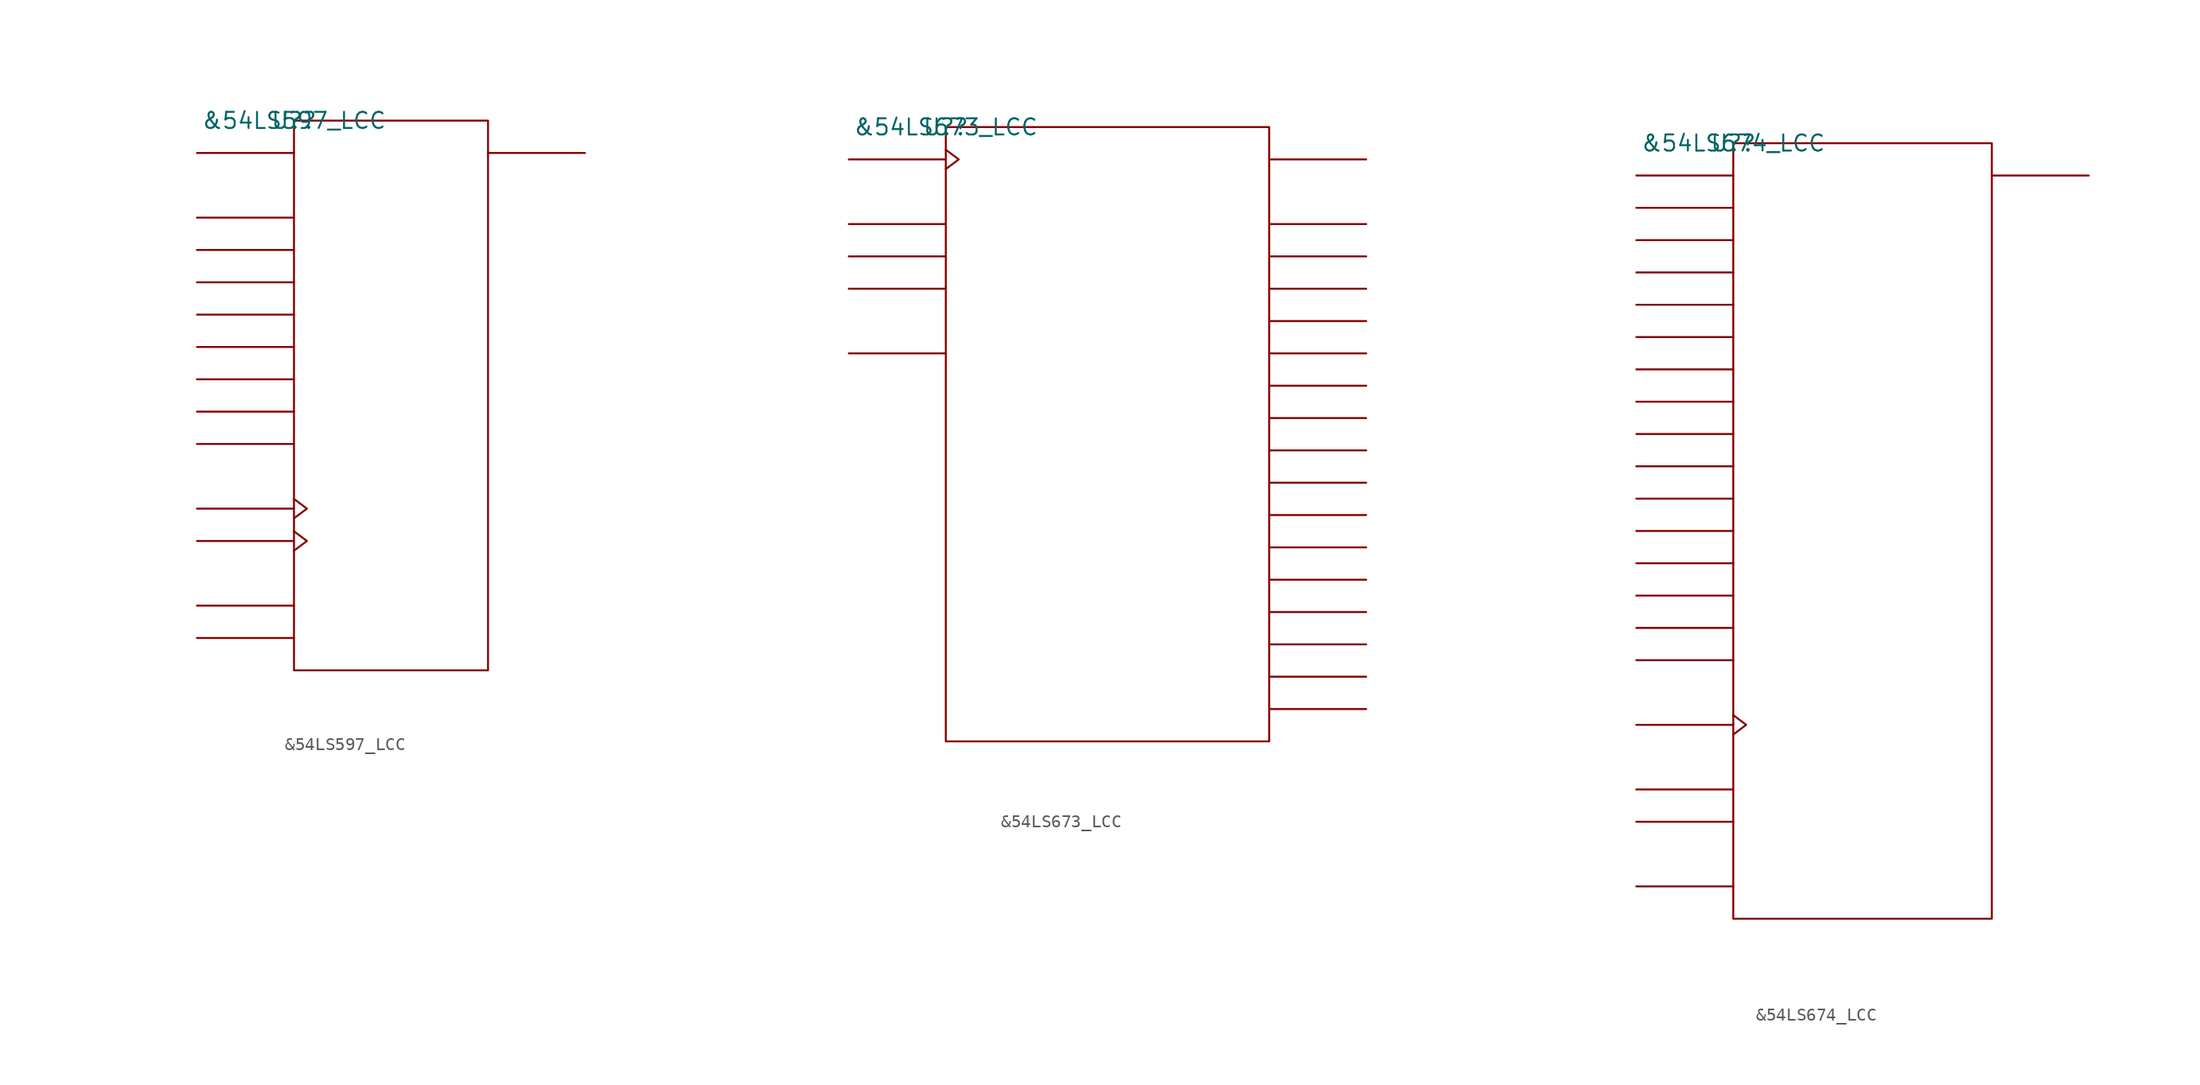
<source format=kicad_sym>
(kicad_symbol_lib
  (version 20211014)
  (generator kicad_symbol_editor)
  (symbol "&54LS597_LCC"
    (pin_names
      (offset 0.762))
    (property "Reference" "U?"
      (at 0 0 0)
      (effects (font (size 1.27 1.27))))
    (property "Value" "&54LS597_LCC"
      (at 0 0 0)
      (effects (font (size 1.27 1.27))))
    (symbol "&54LS597_LCC_0_1"
      (rectangle (start 0 -43.18) (end 15.24 0) (stroke (width 0) (type default) (color 0 0 0 0)) (fill (type none)))
      (polyline (pts (xy 0 -40.64) (xy -7.62 -40.64)) (stroke (width 0) (type default) (color 0 0 0 0)) (fill (type none)))
      (polyline (pts (xy 0 -38.1) (xy -7.62 -38.1)) (stroke (width 0) (type default) (color 0 0 0 0)) (fill (type none)))
      (polyline (pts (xy 0 -33.02) (xy -7.62 -33.02)) (stroke (width 0) (type default) (color 0 0 0 0)) (fill (type none)))
      (polyline (pts (xy 0 -30.48) (xy -7.62 -30.48)) (stroke (width 0) (type default) (color 0 0 0 0)) (fill (type none)))
      (polyline (pts (xy 0 -25.4) (xy -7.62 -25.4)) (stroke (width 0) (type default) (color 0 0 0 0)) (fill (type none)))
      (polyline (pts (xy 0 -22.86) (xy -7.62 -22.86)) (stroke (width 0) (type default) (color 0 0 0 0)) (fill (type none)))
      (polyline (pts (xy 0 -20.32) (xy -7.62 -20.32)) (stroke (width 0) (type default) (color 0 0 0 0)) (fill (type none)))
      (polyline (pts (xy 0 -17.78) (xy -7.62 -17.78)) (stroke (width 0) (type default) (color 0 0 0 0)) (fill (type none)))
      (polyline (pts (xy 0 -15.24) (xy -7.62 -15.24)) (stroke (width 0) (type default) (color 0 0 0 0)) (fill (type none)))
      (polyline (pts (xy 0 -12.7) (xy -7.62 -12.7)) (stroke (width 0) (type default) (color 0 0 0 0)) (fill (type none)))
      (polyline (pts (xy 0 -10.16) (xy -7.62 -10.16)) (stroke (width 0) (type default) (color 0 0 0 0)) (fill (type none)))
      (polyline (pts (xy 0 -7.62) (xy -7.62 -7.62)) (stroke (width 0) (type default) (color 0 0 0 0)) (fill (type none)))
      (polyline (pts (xy 0 -2.54) (xy -7.62 -2.54)) (stroke (width 0) (type default) (color 0 0 0 0)) (fill (type none)))
      (polyline (pts (xy 15.24 -2.54) (xy 22.86 -2.54)) (stroke (width 0) (type default) (color 0 0 0 0)) (fill (type none)))
      (polyline (pts (xy 0 -32.258) (xy 1.016 -33.02) (xy 0 -33.782)) (stroke (width 0) (type default) (color 0 0 0 0)) (fill (type none)))
      (polyline (pts (xy 0 -29.718) (xy 1.016 -30.48) (xy 0 -31.242)) (stroke (width 0) (type default) (color 0 0 0 0)) (fill (type none))))
    (symbol "&54LS597_LCC_1_1"
      (pin power_in line (at 12.7 -43.18 0) (length 7.62) hide (name "GND" (effects (font (size 1.245 1.245)))) (number "10" (effects (font (size 1.245 1.245)))))
      (pin unspecified line (at 22.86 -2.54 180) (length 7.62) hide (name "QH'" (effects (font (size 1.245 1.245)))) (number "12" (effects (font (size 1.245 1.245)))))
      (pin unspecified line (at -7.62 -40.64 0) (length 7.62) hide (name "S\\R\\C\\L\\R\\" (effects (font (size 1.245 1.245)))) (number "13" (effects (font (size 1.245 1.245)))))
      (pin unspecified line (at -7.62 -30.48 180) (length 7.62) hide (name "SRCLK" (effects (font (size 1.245 1.245)))) (number "14" (effects (font (size 1.245 1.245)))))
      (pin unspecified line (at -7.62 -33.02 180) (length 7.62) hide (name "RCLK" (effects (font (size 1.245 1.245)))) (number "15" (effects (font (size 1.245 1.245)))))
      (pin unspecified line (at -7.62 -38.1 0) (length 7.62) hide (name "S\\R\\L\\O\\A\\D\\" (effects (font (size 1.245 1.245)))) (number "17" (effects (font (size 1.245 1.245)))))
      (pin unspecified line (at -7.62 -2.54 0) (length 7.62) hide (name "SDI" (effects (font (size 1.245 1.245)))) (number "18" (effects (font (size 1.245 1.245)))))
      (pin unspecified line (at -7.62 -7.62 0) (length 7.62) hide (name "A" (effects (font (size 1.245 1.245)))) (number "19" (effects (font (size 1.245 1.245)))))
      (pin unspecified line (at -7.62 -10.16 0) (length 7.62) hide (name "B" (effects (font (size 1.245 1.245)))) (number "2" (effects (font (size 1.245 1.245)))))
      (pin power_in line (at 7.62 0 0) (length 7.62) hide (name "VCC" (effects (font (size 1.245 1.245)))) (number "20" (effects (font (size 1.245 1.245)))))
      (pin unspecified line (at -7.62 -12.7 0) (length 7.62) hide (name "C" (effects (font (size 1.245 1.245)))) (number "3" (effects (font (size 1.245 1.245)))))
      (pin unspecified line (at -7.62 -15.24 0) (length 7.62) hide (name "D" (effects (font (size 1.245 1.245)))) (number "4" (effects (font (size 1.245 1.245)))))
      (pin unspecified line (at -7.62 -17.78 0) (length 7.62) hide (name "E" (effects (font (size 1.245 1.245)))) (number "5" (effects (font (size 1.245 1.245)))))
      (pin unspecified line (at -7.62 -20.32 0) (length 7.62) hide (name "F" (effects (font (size 1.245 1.245)))) (number "7" (effects (font (size 1.245 1.245)))))
      (pin unspecified line (at -7.62 -22.86 0) (length 7.62) hide (name "G" (effects (font (size 1.245 1.245)))) (number "8" (effects (font (size 1.245 1.245)))))
      (pin unspecified line (at -7.62 -25.4 0) (length 7.62) hide (name "H" (effects (font (size 1.245 1.245)))) (number "9" (effects (font (size 1.245 1.245)))))))
  (symbol "&54LS673_LCC"
    (pin_names
      (offset 0.762))
    (property "Reference" "U?"
      (at 0 0 0)
      (effects (font (size 1.27 1.27))))
    (property "Value" "&54LS673_LCC"
      (at 0 0 0)
      (effects (font (size 1.27 1.27))))
    (symbol "&54LS673_LCC_0_1"
      (rectangle (start 0 -48.26) (end 25.4 0) (stroke (width 0) (type default) (color 0 0 0 0)) (fill (type none)))
      (polyline (pts (xy 0 -17.78) (xy -7.62 -17.78)) (stroke (width 0) (type default) (color 0 0 0 0)) (fill (type none)))
      (polyline (pts (xy 0 -12.7) (xy -7.62 -12.7)) (stroke (width 0) (type default) (color 0 0 0 0)) (fill (type none)))
      (polyline (pts (xy 0 -10.16) (xy -7.62 -10.16)) (stroke (width 0) (type default) (color 0 0 0 0)) (fill (type none)))
      (polyline (pts (xy 0 -7.62) (xy -7.62 -7.62)) (stroke (width 0) (type default) (color 0 0 0 0)) (fill (type none)))
      (polyline (pts (xy 0 -2.54) (xy -7.62 -2.54)) (stroke (width 0) (type default) (color 0 0 0 0)) (fill (type none)))
      (polyline (pts (xy 25.4 -45.72) (xy 33.02 -45.72)) (stroke (width 0) (type default) (color 0 0 0 0)) (fill (type none)))
      (polyline (pts (xy 25.4 -43.18) (xy 33.02 -43.18)) (stroke (width 0) (type default) (color 0 0 0 0)) (fill (type none)))
      (polyline (pts (xy 25.4 -40.64) (xy 33.02 -40.64)) (stroke (width 0) (type default) (color 0 0 0 0)) (fill (type none)))
      (polyline (pts (xy 25.4 -38.1) (xy 33.02 -38.1)) (stroke (width 0) (type default) (color 0 0 0 0)) (fill (type none)))
      (polyline (pts (xy 25.4 -35.56) (xy 33.02 -35.56)) (stroke (width 0) (type default) (color 0 0 0 0)) (fill (type none)))
      (polyline (pts (xy 25.4 -33.02) (xy 33.02 -33.02)) (stroke (width 0) (type default) (color 0 0 0 0)) (fill (type none)))
      (polyline (pts (xy 25.4 -30.48) (xy 33.02 -30.48)) (stroke (width 0) (type default) (color 0 0 0 0)) (fill (type none)))
      (polyline (pts (xy 25.4 -27.94) (xy 33.02 -27.94)) (stroke (width 0) (type default) (color 0 0 0 0)) (fill (type none)))
      (polyline (pts (xy 25.4 -25.4) (xy 33.02 -25.4)) (stroke (width 0) (type default) (color 0 0 0 0)) (fill (type none)))
      (polyline (pts (xy 25.4 -22.86) (xy 33.02 -22.86)) (stroke (width 0) (type default) (color 0 0 0 0)) (fill (type none)))
      (polyline (pts (xy 25.4 -20.32) (xy 33.02 -20.32)) (stroke (width 0) (type default) (color 0 0 0 0)) (fill (type none)))
      (polyline (pts (xy 25.4 -17.78) (xy 33.02 -17.78)) (stroke (width 0) (type default) (color 0 0 0 0)) (fill (type none)))
      (polyline (pts (xy 25.4 -15.24) (xy 33.02 -15.24)) (stroke (width 0) (type default) (color 0 0 0 0)) (fill (type none)))
      (polyline (pts (xy 25.4 -12.7) (xy 33.02 -12.7)) (stroke (width 0) (type default) (color 0 0 0 0)) (fill (type none)))
      (polyline (pts (xy 25.4 -10.16) (xy 33.02 -10.16)) (stroke (width 0) (type default) (color 0 0 0 0)) (fill (type none)))
      (polyline (pts (xy 25.4 -7.62) (xy 33.02 -7.62)) (stroke (width 0) (type default) (color 0 0 0 0)) (fill (type none)))
      (polyline (pts (xy 25.4 -2.54) (xy 33.02 -2.54)) (stroke (width 0) (type default) (color 0 0 0 0)) (fill (type none)))
      (polyline (pts (xy 0 -1.778) (xy 1.016 -2.54) (xy 0 -3.302)) (stroke (width 0) (type default) (color 0 0 0 0)) (fill (type none))))
    (symbol "&54LS673_LCC_1_1"
      (pin unspecified line (at 33.02 -10.16 180) (length 7.62) hide (name "Y1" (effects (font (size 1.245 1.245)))) (number "10" (effects (font (size 1.245 1.245)))))
      (pin unspecified line (at 33.02 -12.7 180) (length 7.62) hide (name "Y2" (effects (font (size 1.245 1.245)))) (number "11" (effects (font (size 1.245 1.245)))))
      (pin unspecified line (at 33.02 -15.24 180) (length 7.62) hide (name "Y3" (effects (font (size 1.245 1.245)))) (number "12" (effects (font (size 1.245 1.245)))))
      (pin unspecified line (at 33.02 -17.78 180) (length 7.62) hide (name "Y4" (effects (font (size 1.245 1.245)))) (number "13" (effects (font (size 1.245 1.245)))))
      (pin power_in line (at 12.7 -48.26 180) (length 7.62) hide (name "GND" (effects (font (size 1.245 1.245)))) (number "14" (effects (font (size 1.245 1.245)))))
      (pin unspecified line (at 33.02 -20.32 180) (length 7.62) hide (name "Y5" (effects (font (size 1.245 1.245)))) (number "16" (effects (font (size 1.245 1.245)))))
      (pin unspecified line (at 33.02 -22.86 180) (length 7.62) hide (name "Y6" (effects (font (size 1.245 1.245)))) (number "17" (effects (font (size 1.245 1.245)))))
      (pin unspecified line (at 33.02 -25.4 180) (length 7.62) hide (name "Y7" (effects (font (size 1.245 1.245)))) (number "18" (effects (font (size 1.245 1.245)))))
      (pin unspecified line (at 33.02 -27.94 180) (length 7.62) hide (name "Y8" (effects (font (size 1.245 1.245)))) (number "19" (effects (font (size 1.245 1.245)))))
      (pin unspecified line (at -7.62 -17.78 0) (length 7.62) hide (name "C\\S\\" (effects (font (size 1.245 1.245)))) (number "2" (effects (font (size 1.245 1.245)))))
      (pin unspecified line (at 33.02 -30.48 180) (length 7.62) hide (name "Y9" (effects (font (size 1.245 1.245)))) (number "20" (effects (font (size 1.245 1.245)))))
      (pin unspecified line (at 33.02 -33.02 180) (length 7.62) hide (name "Y10" (effects (font (size 1.245 1.245)))) (number "21" (effects (font (size 1.245 1.245)))))
      (pin unspecified line (at 33.02 -35.56 180) (length 7.62) hide (name "Y11" (effects (font (size 1.245 1.245)))) (number "23" (effects (font (size 1.245 1.245)))))
      (pin unspecified line (at 33.02 -38.1 180) (length 7.62) hide (name "Y12" (effects (font (size 1.245 1.245)))) (number "24" (effects (font (size 1.245 1.245)))))
      (pin unspecified line (at 33.02 -40.64 180) (length 7.62) hide (name "Y13" (effects (font (size 1.245 1.245)))) (number "25" (effects (font (size 1.245 1.245)))))
      (pin unspecified line (at 33.02 -43.18 180) (length 7.62) hide (name "Y14" (effects (font (size 1.245 1.245)))) (number "26" (effects (font (size 1.245 1.245)))))
      (pin unspecified line (at 33.02 -45.72 180) (length 7.62) hide (name "Y15" (effects (font (size 1.245 1.245)))) (number "27" (effects (font (size 1.245 1.245)))))
      (pin power_in line (at 12.7 0 0) (length 7.62) hide (name "VCC" (effects (font (size 1.245 1.245)))) (number "28" (effects (font (size 1.245 1.245)))))
      (pin unspecified line (at -7.62 -2.54 180) (length 7.62) hide (name "SHCLK" (effects (font (size 1.245 1.245)))) (number "3" (effects (font (size 1.245 1.245)))))
      (pin unspecified line (at -7.62 -12.7 0) (length 7.62) hide (name "R/W\\" (effects (font (size 1.245 1.245)))) (number "4" (effects (font (size 1.245 1.245)))))
      (pin unspecified line (at -7.62 -7.62 0) (length 7.62) hide (name "S\\T\\R\\C\\L\\R\\" (effects (font (size 1.245 1.245)))) (number "5" (effects (font (size 1.245 1.245)))))
      (pin unspecified line (at -7.62 -10.16 0) (length 7.62) hide (name "MODE/STRCLK" (effects (font (size 1.245 1.245)))) (number "6" (effects (font (size 1.245 1.245)))))
      (pin unspecified line (at 33.02 -2.54 180) (length 7.62) hide (name "SDI/Q15" (effects (font (size 1.245 1.245)))) (number "7" (effects (font (size 1.245 1.245)))))
      (pin unspecified line (at 33.02 -7.62 180) (length 7.62) hide (name "Y0" (effects (font (size 1.245 1.245)))) (number "9" (effects (font (size 1.245 1.245)))))))
  (symbol "&54LS674_LCC"
    (pin_names
      (offset 0.762))
    (property "Reference" "U?"
      (at 0 0 0)
      (effects (font (size 1.27 1.27))))
    (property "Value" "&54LS674_LCC"
      (at 0 0 0)
      (effects (font (size 1.27 1.27))))
    (symbol "&54LS674_LCC_0_1"
      (rectangle (start 0 -60.96) (end 20.32 0) (stroke (width 0) (type default) (color 0 0 0 0)) (fill (type none)))
      (polyline (pts (xy 0 -58.42) (xy -7.62 -58.42)) (stroke (width 0) (type default) (color 0 0 0 0)) (fill (type none)))
      (polyline (pts (xy 0 -53.34) (xy -7.62 -53.34)) (stroke (width 0) (type default) (color 0 0 0 0)) (fill (type none)))
      (polyline (pts (xy 0 -50.8) (xy -7.62 -50.8)) (stroke (width 0) (type default) (color 0 0 0 0)) (fill (type none)))
      (polyline (pts (xy 0 -45.72) (xy -7.62 -45.72)) (stroke (width 0) (type default) (color 0 0 0 0)) (fill (type none)))
      (polyline (pts (xy 0 -40.64) (xy -7.62 -40.64)) (stroke (width 0) (type default) (color 0 0 0 0)) (fill (type none)))
      (polyline (pts (xy 0 -38.1) (xy -7.62 -38.1)) (stroke (width 0) (type default) (color 0 0 0 0)) (fill (type none)))
      (polyline (pts (xy 0 -35.56) (xy -7.62 -35.56)) (stroke (width 0) (type default) (color 0 0 0 0)) (fill (type none)))
      (polyline (pts (xy 0 -33.02) (xy -7.62 -33.02)) (stroke (width 0) (type default) (color 0 0 0 0)) (fill (type none)))
      (polyline (pts (xy 0 -30.48) (xy -7.62 -30.48)) (stroke (width 0) (type default) (color 0 0 0 0)) (fill (type none)))
      (polyline (pts (xy 0 -27.94) (xy -7.62 -27.94)) (stroke (width 0) (type default) (color 0 0 0 0)) (fill (type none)))
      (polyline (pts (xy 0 -25.4) (xy -7.62 -25.4)) (stroke (width 0) (type default) (color 0 0 0 0)) (fill (type none)))
      (polyline (pts (xy 0 -22.86) (xy -7.62 -22.86)) (stroke (width 0) (type default) (color 0 0 0 0)) (fill (type none)))
      (polyline (pts (xy 0 -20.32) (xy -7.62 -20.32)) (stroke (width 0) (type default) (color 0 0 0 0)) (fill (type none)))
      (polyline (pts (xy 0 -17.78) (xy -7.62 -17.78)) (stroke (width 0) (type default) (color 0 0 0 0)) (fill (type none)))
      (polyline (pts (xy 0 -15.24) (xy -7.62 -15.24)) (stroke (width 0) (type default) (color 0 0 0 0)) (fill (type none)))
      (polyline (pts (xy 0 -12.7) (xy -7.62 -12.7)) (stroke (width 0) (type default) (color 0 0 0 0)) (fill (type none)))
      (polyline (pts (xy 0 -10.16) (xy -7.62 -10.16)) (stroke (width 0) (type default) (color 0 0 0 0)) (fill (type none)))
      (polyline (pts (xy 0 -7.62) (xy -7.62 -7.62)) (stroke (width 0) (type default) (color 0 0 0 0)) (fill (type none)))
      (polyline (pts (xy 0 -5.08) (xy -7.62 -5.08)) (stroke (width 0) (type default) (color 0 0 0 0)) (fill (type none)))
      (polyline (pts (xy 0 -2.54) (xy -7.62 -2.54)) (stroke (width 0) (type default) (color 0 0 0 0)) (fill (type none)))
      (polyline (pts (xy 20.32 -2.54) (xy 27.94 -2.54)) (stroke (width 0) (type default) (color 0 0 0 0)) (fill (type none)))
      (polyline (pts (xy 0 -44.958) (xy 1.016 -45.72) (xy 0 -46.482)) (stroke (width 0) (type default) (color 0 0 0 0)) (fill (type none))))
    (symbol "&54LS674_LCC_1_1"
      (pin unspecified line (at -7.62 -5.08 0) (length 7.62) hide (name "P1" (effects (font (size 1.245 1.245)))) (number "10" (effects (font (size 1.245 1.245)))))
      (pin unspecified line (at -7.62 -7.62 0) (length 7.62) hide (name "P2" (effects (font (size 1.245 1.245)))) (number "11" (effects (font (size 1.245 1.245)))))
      (pin unspecified line (at -7.62 -10.16 0) (length 7.62) hide (name "P3" (effects (font (size 1.245 1.245)))) (number "12" (effects (font (size 1.245 1.245)))))
      (pin unspecified line (at -7.62 -12.7 0) (length 7.62) hide (name "P4" (effects (font (size 1.245 1.245)))) (number "13" (effects (font (size 1.245 1.245)))))
      (pin power_in line (at 10.16 -60.96 180) (length 7.62) hide (name "GND" (effects (font (size 1.245 1.245)))) (number "14" (effects (font (size 1.245 1.245)))))
      (pin unspecified line (at -7.62 -15.24 0) (length 7.62) hide (name "P5" (effects (font (size 1.245 1.245)))) (number "16" (effects (font (size 1.245 1.245)))))
      (pin unspecified line (at -7.62 -17.78 0) (length 7.62) hide (name "P6" (effects (font (size 1.245 1.245)))) (number "17" (effects (font (size 1.245 1.245)))))
      (pin unspecified line (at -7.62 -20.32 0) (length 7.62) hide (name "P7" (effects (font (size 1.245 1.245)))) (number "18" (effects (font (size 1.245 1.245)))))
      (pin unspecified line (at -7.62 -22.86 0) (length 7.62) hide (name "P8" (effects (font (size 1.245 1.245)))) (number "19" (effects (font (size 1.245 1.245)))))
      (pin unspecified line (at -7.62 -58.42 0) (length 7.62) hide (name "C\\S\\" (effects (font (size 1.245 1.245)))) (number "2" (effects (font (size 1.245 1.245)))))
      (pin unspecified line (at -7.62 -25.4 0) (length 7.62) hide (name "P9" (effects (font (size 1.245 1.245)))) (number "20" (effects (font (size 1.245 1.245)))))
      (pin unspecified line (at -7.62 -27.94 0) (length 7.62) hide (name "P10" (effects (font (size 1.245 1.245)))) (number "21" (effects (font (size 1.245 1.245)))))
      (pin unspecified line (at -7.62 -30.48 0) (length 7.62) hide (name "P11" (effects (font (size 1.245 1.245)))) (number "23" (effects (font (size 1.245 1.245)))))
      (pin unspecified line (at -7.62 -33.02 0) (length 7.62) hide (name "P12" (effects (font (size 1.245 1.245)))) (number "24" (effects (font (size 1.245 1.245)))))
      (pin unspecified line (at -7.62 -35.56 0) (length 7.62) hide (name "P13" (effects (font (size 1.245 1.245)))) (number "25" (effects (font (size 1.245 1.245)))))
      (pin unspecified line (at -7.62 -38.1 0) (length 7.62) hide (name "P14" (effects (font (size 1.245 1.245)))) (number "26" (effects (font (size 1.245 1.245)))))
      (pin unspecified line (at -7.62 -40.64 0) (length 7.62) hide (name "P15" (effects (font (size 1.245 1.245)))) (number "27" (effects (font (size 1.245 1.245)))))
      (pin power_in line (at 7.62 0 180) (length 7.62) hide (name "VCC" (effects (font (size 1.245 1.245)))) (number "28" (effects (font (size 1.245 1.245)))))
      (pin unspecified line (at -7.62 -45.72 180) (length 7.62) hide (name "CLK" (effects (font (size 1.245 1.245)))) (number "3" (effects (font (size 1.245 1.245)))))
      (pin unspecified line (at -7.62 -50.8 0) (length 7.62) hide (name "R/W\\" (effects (font (size 1.245 1.245)))) (number "4" (effects (font (size 1.245 1.245)))))
      (pin unspecified line (at -7.62 -53.34 0) (length 7.62) hide (name "MODE" (effects (font (size 1.245 1.245)))) (number "6" (effects (font (size 1.245 1.245)))))
      (pin unspecified line (at 27.94 -2.54 180) (length 7.62) hide (name "SDI/Q15" (effects (font (size 1.245 1.245)))) (number "7" (effects (font (size 1.245 1.245)))))
      (pin unspecified line (at -7.62 -2.54 0) (length 7.62) hide (name "P0" (effects (font (size 1.245 1.245)))) (number "9" (effects (font (size 1.245 1.245))))))))
</source>
